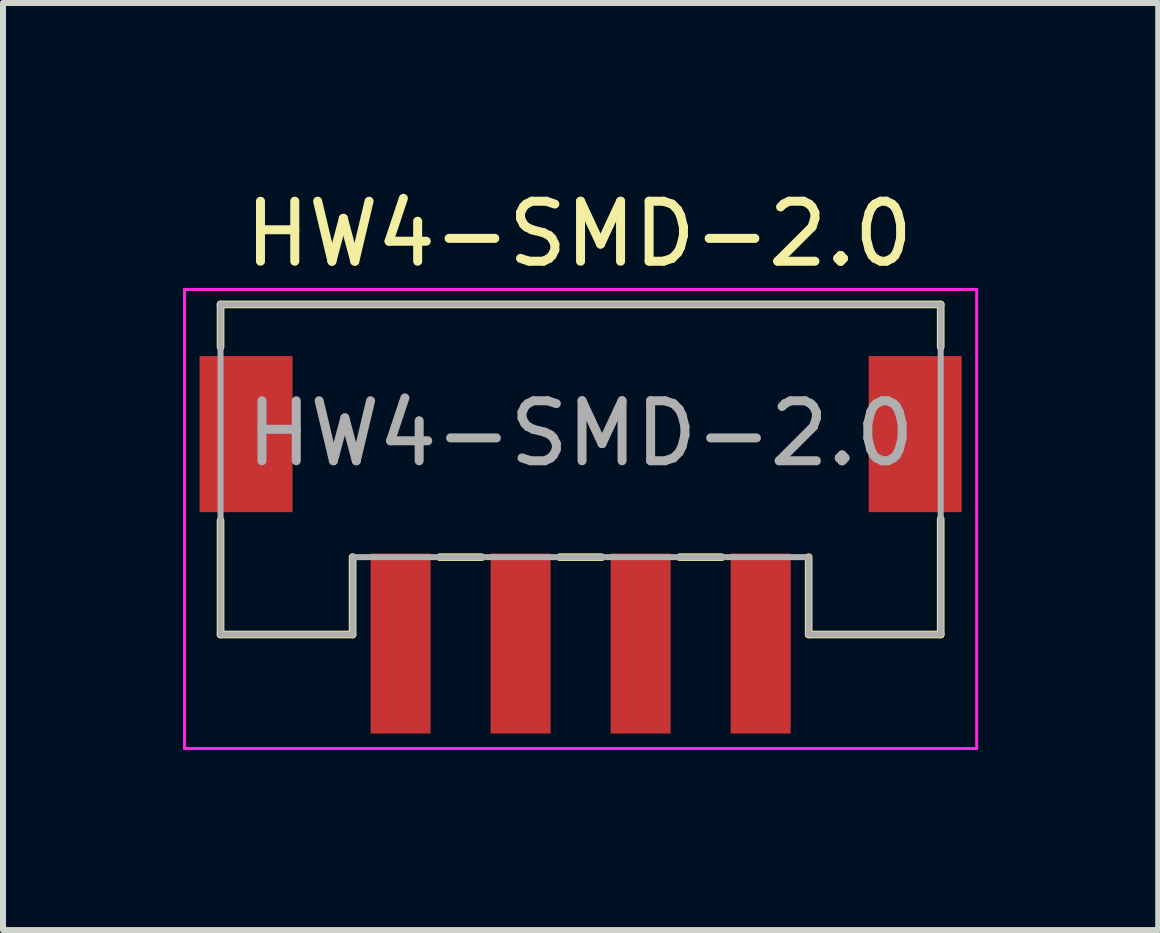
<source format=kicad_pcb>
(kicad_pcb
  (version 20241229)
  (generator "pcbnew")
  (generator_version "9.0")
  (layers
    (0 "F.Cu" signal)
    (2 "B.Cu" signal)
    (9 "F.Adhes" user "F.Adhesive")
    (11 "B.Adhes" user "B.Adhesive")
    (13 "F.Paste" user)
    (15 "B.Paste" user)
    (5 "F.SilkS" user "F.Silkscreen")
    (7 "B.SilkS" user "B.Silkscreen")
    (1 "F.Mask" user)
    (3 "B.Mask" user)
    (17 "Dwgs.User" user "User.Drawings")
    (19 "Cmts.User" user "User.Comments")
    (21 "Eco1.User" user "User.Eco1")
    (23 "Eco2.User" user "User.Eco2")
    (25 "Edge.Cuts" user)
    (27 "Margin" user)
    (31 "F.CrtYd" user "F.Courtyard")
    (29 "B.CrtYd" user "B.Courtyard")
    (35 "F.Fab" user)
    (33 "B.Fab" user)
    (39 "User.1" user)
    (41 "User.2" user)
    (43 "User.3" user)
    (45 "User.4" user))
  (footprint "HW4-SMD-2.0"
    (layer "F.Cu")
    (at 6.625 4.173)
    (property "Reference" "HW4-SMD-2.0" (at -0.025 -3.325 0) (layer "F.SilkS") (effects (font (size 1 1) (thickness 0.15))))
    (attr smd)
    (fp_line (start -6 -2.15) (end -6 -1.44) (stroke (width 0.127) (type solid)) (layer "F.SilkS"))
    (fp_line (start -6 -2.15) (end 6 -2.15) (stroke (width 0.127) (type solid)) (layer "F.SilkS"))
    (fp_line (start -6 1.45) (end -6 3.35) (stroke (width 0.127) (type solid)) (layer "F.SilkS"))
    (fp_line (start -6 3.35) (end -3.8 3.35) (stroke (width 0.127) (type solid)) (layer "F.SilkS"))
    (fp_line (start -3.8 3.35) (end -3.8 2.06) (stroke (width 0.127) (type solid)) (layer "F.SilkS"))
    (fp_line (start -2.349 2.061) (end -1.65 2.061) (stroke (width 0.127) (type solid)) (layer "F.SilkS"))
    (fp_line (start -0.348 2.061) (end 0.35 2.061) (stroke (width 0.127) (type solid)) (layer "F.SilkS"))
    (fp_line (start 1.649 2.061) (end 2.35 2.061) (stroke (width 0.127) (type solid)) (layer "F.SilkS"))
    (fp_line (start 3.8 2.061) (end 3.8 3.35) (stroke (width 0.127) (type solid)) (layer "F.SilkS"))
    (fp_line (start 3.8 3.35) (end 6 3.35) (stroke (width 0.127) (type solid)) (layer "F.SilkS"))
    (fp_line (start 6 -2.15) (end 6 -1.44) (stroke (width 0.127) (type solid)) (layer "F.SilkS"))
    (fp_line (start 6 1.425) (end 6 3.35) (stroke (width 0.127) (type solid)) (layer "F.SilkS"))
    (fp_line (start -6.6 -2.4) (end -6.6 5.25) (stroke (width 0.05) (type solid)) (layer "F.CrtYd"))
    (fp_line (start -6.6 5.25) (end 6.6 5.25) (stroke (width 0.05) (type solid)) (layer "F.CrtYd"))
    (fp_line (start 6.6 -2.4) (end -6.6 -2.4) (stroke (width 0.05) (type solid)) (layer "F.CrtYd"))
    (fp_line (start 6.6 5.25) (end 6.6 -2.4) (stroke (width 0.05) (type solid)) (layer "F.CrtYd"))
    (fp_line (start -6 -2.15) (end -6 3.35) (stroke (width 0.1) (type solid)) (layer "F.Fab"))
    (fp_line (start -6 -2.15) (end 6 -2.15) (stroke (width 0.1) (type solid)) (layer "F.Fab"))
    (fp_line (start -6 3.35) (end -3.8 3.35) (stroke (width 0.1) (type solid)) (layer "F.Fab"))
    (fp_line (start -3.8 2.061) (end 3.8 2.061) (stroke (width 0.1) (type solid)) (layer "F.Fab"))
    (fp_line (start -3.8 3.35) (end -3.8 2.06) (stroke (width 0.1) (type solid)) (layer "F.Fab"))
    (fp_line (start 3.8 2.061) (end 3.8 3.35) (stroke (width 0.1) (type solid)) (layer "F.Fab"))
    (fp_line (start 3.8 3.35) (end 6 3.35) (stroke (width 0.1) (type solid)) (layer "F.Fab"))
    (fp_line (start 6 -2.15) (end 6 3.35) (stroke (width 0.1) (type solid)) (layer "F.Fab"))
    (fp_text user "${REFERENCE}" (at 0 0 0) (layer "F.Fab") (effects (font (size 1 1) (thickness 0.15))))
    (pad "1" smd rect (at -3 3.5 90) (size 3 1) (layers "F.Cu" "F.Mask" "F.Paste"))
    (pad "2" smd rect (at -1 3.5 90) (size 3 1) (layers "F.Cu" "F.Mask" "F.Paste"))
    (pad "3" smd rect (at 1 3.5 90) (size 3 1) (layers "F.Cu" "F.Mask" "F.Paste"))
    (pad "4" smd rect (at 3 3.5 90) (size 3 1) (layers "F.Cu" "F.Mask" "F.Paste"))
    (pad "5" smd rect (at -5.575 0.011 90) (size 2.6 1.55) (layers "F.Cu" "F.Mask" "F.Paste"))
    (pad "6" smd rect (at 5.575 0.011 90) (size 2.6 1.55) (layers "F.Cu" "F.Mask" "F.Paste")))
  (gr_rect
    (start -3 -3)
    (end 16.25 12.448)
    (stroke (width 0.1) (type default))
    (fill no)
    (layer "Edge.Cuts")))
</source>
